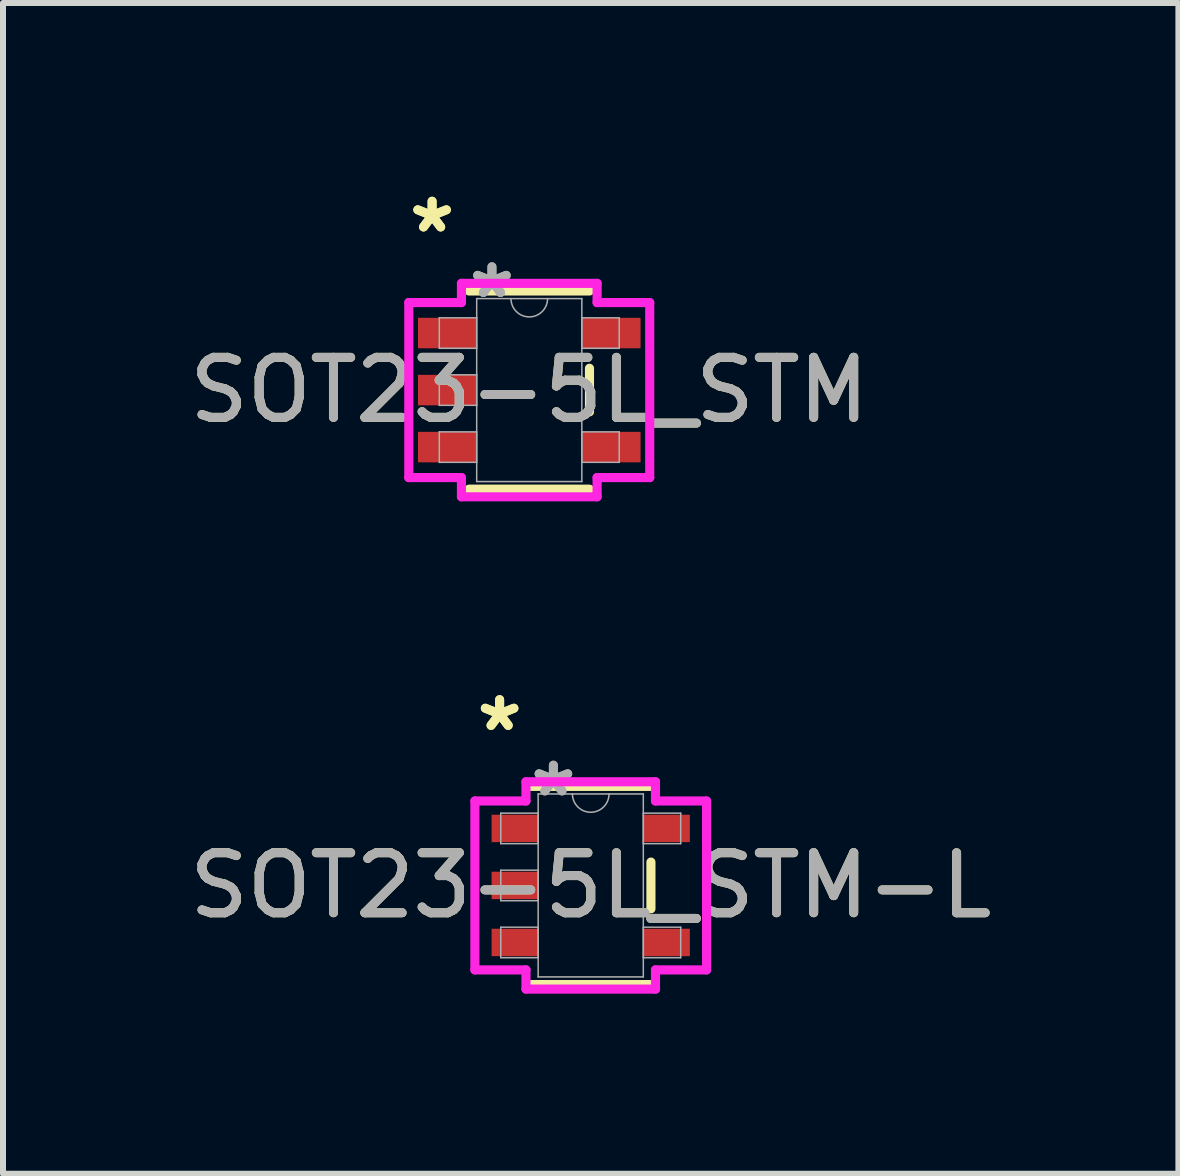
<source format=kicad_pcb>
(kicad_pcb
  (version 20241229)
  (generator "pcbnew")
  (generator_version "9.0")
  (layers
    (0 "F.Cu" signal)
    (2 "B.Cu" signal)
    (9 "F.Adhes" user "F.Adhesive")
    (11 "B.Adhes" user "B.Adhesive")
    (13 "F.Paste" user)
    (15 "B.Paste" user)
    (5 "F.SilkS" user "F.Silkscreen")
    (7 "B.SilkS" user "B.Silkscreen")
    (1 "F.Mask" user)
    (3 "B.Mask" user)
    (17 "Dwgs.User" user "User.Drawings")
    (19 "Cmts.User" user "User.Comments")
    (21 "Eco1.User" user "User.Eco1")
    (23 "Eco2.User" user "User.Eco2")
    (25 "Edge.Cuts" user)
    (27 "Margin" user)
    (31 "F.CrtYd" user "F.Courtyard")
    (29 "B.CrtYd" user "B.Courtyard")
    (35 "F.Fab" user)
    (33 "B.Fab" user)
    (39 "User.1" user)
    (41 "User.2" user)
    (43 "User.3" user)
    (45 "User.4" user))
  (footprint "SOT23-5L_STM-L"
    (layer "F.Cu")
    (at 6.792 11.702)
    (property "Reference" "SOT23-5L_STM-L" (at 0 0 0) (unlocked yes) (layer "F.SilkS") (effects (font (size 1 1) (thickness 0.15))))
    (attr smd)
    (fp_line (start -1.003 1.651) (end 1.003 1.651) (stroke (width 0.152) (type solid)) (layer "F.SilkS"))
    (fp_line (start 1.003 -1.651) (end -1.003 -1.651) (stroke (width 0.152) (type solid)) (layer "F.SilkS"))
    (fp_line (start 1.003 0.389) (end 1.003 -0.389) (stroke (width 0.152) (type solid)) (layer "F.SilkS"))
    (fp_line (start -1.93 -1.407) (end -1.079 -1.407) (stroke (width 0.152) (type solid)) (layer "F.CrtYd"))
    (fp_line (start -1.93 1.407) (end -1.93 -1.407) (stroke (width 0.152) (type solid)) (layer "F.CrtYd"))
    (fp_line (start -1.079 -1.727) (end 1.079 -1.727) (stroke (width 0.152) (type solid)) (layer "F.CrtYd"))
    (fp_line (start -1.079 -1.407) (end -1.079 -1.727) (stroke (width 0.152) (type solid)) (layer "F.CrtYd"))
    (fp_line (start -1.079 1.407) (end -1.93 1.407) (stroke (width 0.152) (type solid)) (layer "F.CrtYd"))
    (fp_line (start -1.079 1.727) (end -1.079 1.407) (stroke (width 0.152) (type solid)) (layer "F.CrtYd"))
    (fp_line (start 1.079 -1.727) (end 1.079 -1.407) (stroke (width 0.152) (type solid)) (layer "F.CrtYd"))
    (fp_line (start 1.079 -1.407) (end 1.93 -1.407) (stroke (width 0.152) (type solid)) (layer "F.CrtYd"))
    (fp_line (start 1.079 1.407) (end 1.079 1.727) (stroke (width 0.152) (type solid)) (layer "F.CrtYd"))
    (fp_line (start 1.079 1.727) (end -1.079 1.727) (stroke (width 0.152) (type solid)) (layer "F.CrtYd"))
    (fp_line (start 1.93 -1.407) (end 1.93 1.407) (stroke (width 0.152) (type solid)) (layer "F.CrtYd"))
    (fp_line (start 1.93 1.407) (end 1.079 1.407) (stroke (width 0.152) (type solid)) (layer "F.CrtYd"))
    (fp_line (start -1.499 -1.204) (end -1.499 -0.696) (stroke (width 0.025) (type solid)) (layer "F.Fab"))
    (fp_line (start -1.499 -0.696) (end -0.876 -0.696) (stroke (width 0.025) (type solid)) (layer "F.Fab"))
    (fp_line (start -1.499 -0.254) (end -1.499 0.254) (stroke (width 0.025) (type solid)) (layer "F.Fab"))
    (fp_line (start -1.499 0.254) (end -0.876 0.254) (stroke (width 0.025) (type solid)) (layer "F.Fab"))
    (fp_line (start -1.499 0.696) (end -1.499 1.204) (stroke (width 0.025) (type solid)) (layer "F.Fab"))
    (fp_line (start -1.499 1.204) (end -0.876 1.204) (stroke (width 0.025) (type solid)) (layer "F.Fab"))
    (fp_line (start -0.876 -1.524) (end -0.876 1.524) (stroke (width 0.025) (type solid)) (layer "F.Fab"))
    (fp_line (start -0.876 -1.204) (end -1.499 -1.204) (stroke (width 0.025) (type solid)) (layer "F.Fab"))
    (fp_line (start -0.876 -0.696) (end -0.876 -1.204) (stroke (width 0.025) (type solid)) (layer "F.Fab"))
    (fp_line (start -0.876 -0.254) (end -1.499 -0.254) (stroke (width 0.025) (type solid)) (layer "F.Fab"))
    (fp_line (start -0.876 0.254) (end -0.876 -0.254) (stroke (width 0.025) (type solid)) (layer "F.Fab"))
    (fp_line (start -0.876 0.696) (end -1.499 0.696) (stroke (width 0.025) (type solid)) (layer "F.Fab"))
    (fp_line (start -0.876 1.204) (end -0.876 0.696) (stroke (width 0.025) (type solid)) (layer "F.Fab"))
    (fp_line (start -0.876 1.524) (end 0.876 1.524) (stroke (width 0.025) (type solid)) (layer "F.Fab"))
    (fp_line (start 0.876 -1.524) (end -0.876 -1.524) (stroke (width 0.025) (type solid)) (layer "F.Fab"))
    (fp_line (start 0.876 -1.204) (end 0.876 -0.696) (stroke (width 0.025) (type solid)) (layer "F.Fab"))
    (fp_line (start 0.876 -0.696) (end 1.499 -0.696) (stroke (width 0.025) (type solid)) (layer "F.Fab"))
    (fp_line (start 0.876 0.696) (end 0.876 1.204) (stroke (width 0.025) (type solid)) (layer "F.Fab"))
    (fp_line (start 0.876 1.204) (end 1.499 1.204) (stroke (width 0.025) (type solid)) (layer "F.Fab"))
    (fp_line (start 0.876 1.524) (end 0.876 -1.524) (stroke (width 0.025) (type solid)) (layer "F.Fab"))
    (fp_line (start 1.499 -1.204) (end 0.876 -1.204) (stroke (width 0.025) (type solid)) (layer "F.Fab"))
    (fp_line (start 1.499 -0.696) (end 1.499 -1.204) (stroke (width 0.025) (type solid)) (layer "F.Fab"))
    (fp_line (start 1.499 0.696) (end 0.876 0.696) (stroke (width 0.025) (type solid)) (layer "F.Fab"))
    (fp_line (start 1.499 1.204) (end 1.499 0.696) (stroke (width 0.025) (type solid)) (layer "F.Fab"))
    (fp_arc (start 0.3048 -1.524) (mid 0 -1.2192) (end -0.3048 -1.524) (stroke (width 0.0254) (type solid)) (layer "F.Fab"))
    (fp_text user "*" (at -1.518 -2.55 0) (layer "F.SilkS") (effects (font (size 1 1) (thickness 0.15))))
    (fp_text user "*" (at -1.518 -2.55 0) (unlocked yes) (layer "F.SilkS") (effects (font (size 1 1) (thickness 0.15))))
    (fp_text user "*" (at -0.622 -1.458 0) (layer "F.Fab") (effects (font (size 1 1) (thickness 0.15))))
    (fp_text user "*" (at -0.622 -1.458 0) (unlocked yes) (layer "F.Fab") (effects (font (size 1 1) (thickness 0.15))))
    (fp_text user "${REFERENCE}" (at 0 0 0) (unlocked yes) (layer "F.Fab") (effects (font (size 1 1) (thickness 0.15))))
    (pad "1" smd rect (at -1.264 -0.95) (size 0.775 0.457) (layers "F.Cu" "F.Mask" "F.Paste"))
    (pad "2" smd rect (at -1.264 0) (size 0.775 0.457) (layers "F.Cu" "F.Mask" "F.Paste"))
    (pad "3" smd rect (at -1.264 0.95) (size 0.775 0.457) (layers "F.Cu" "F.Mask" "F.Paste"))
    (pad "4" smd rect (at 1.264 0.95) (size 0.775 0.457) (layers "F.Cu" "F.Mask" "F.Paste"))
    (pad "5" smd rect (at 1.264 -0.95) (size 0.775 0.457) (layers "F.Cu" "F.Mask" "F.Paste")))
  (footprint "SOT23-5L_STM"
    (layer "F.Cu")
    (at 5.768 3.449)
    (property "Reference" "SOT23-5L_STM" (at 0 0 0) (unlocked yes) (layer "F.SilkS") (effects (font (size 1 1) (thickness 0.15))))
    (attr smd)
    (fp_line (start -1.003 1.651) (end 1.003 1.651) (stroke (width 0.152) (type solid)) (layer "F.SilkS"))
    (fp_line (start 1.003 -1.651) (end -1.003 -1.651) (stroke (width 0.152) (type solid)) (layer "F.SilkS"))
    (fp_line (start 1.003 0.363) (end 1.003 -0.363) (stroke (width 0.152) (type solid)) (layer "F.SilkS"))
    (fp_line (start -2.007 -1.458) (end -1.13 -1.458) (stroke (width 0.152) (type solid)) (layer "F.CrtYd"))
    (fp_line (start -2.007 1.458) (end -2.007 -1.458) (stroke (width 0.152) (type solid)) (layer "F.CrtYd"))
    (fp_line (start -1.13 -1.778) (end 1.13 -1.778) (stroke (width 0.152) (type solid)) (layer "F.CrtYd"))
    (fp_line (start -1.13 -1.458) (end -1.13 -1.778) (stroke (width 0.152) (type solid)) (layer "F.CrtYd"))
    (fp_line (start -1.13 1.458) (end -2.007 1.458) (stroke (width 0.152) (type solid)) (layer "F.CrtYd"))
    (fp_line (start -1.13 1.778) (end -1.13 1.458) (stroke (width 0.152) (type solid)) (layer "F.CrtYd"))
    (fp_line (start 1.13 -1.778) (end 1.13 -1.458) (stroke (width 0.152) (type solid)) (layer "F.CrtYd"))
    (fp_line (start 1.13 -1.458) (end 2.007 -1.458) (stroke (width 0.152) (type solid)) (layer "F.CrtYd"))
    (fp_line (start 1.13 1.458) (end 1.13 1.778) (stroke (width 0.152) (type solid)) (layer "F.CrtYd"))
    (fp_line (start 1.13 1.778) (end -1.13 1.778) (stroke (width 0.152) (type solid)) (layer "F.CrtYd"))
    (fp_line (start 2.007 -1.458) (end 2.007 1.458) (stroke (width 0.152) (type solid)) (layer "F.CrtYd"))
    (fp_line (start 2.007 1.458) (end 1.13 1.458) (stroke (width 0.152) (type solid)) (layer "F.CrtYd"))
    (fp_line (start -1.499 -1.204) (end -1.499 -0.696) (stroke (width 0.025) (type solid)) (layer "F.Fab"))
    (fp_line (start -1.499 -0.696) (end -0.876 -0.696) (stroke (width 0.025) (type solid)) (layer "F.Fab"))
    (fp_line (start -1.499 -0.254) (end -1.499 0.254) (stroke (width 0.025) (type solid)) (layer "F.Fab"))
    (fp_line (start -1.499 0.254) (end -0.876 0.254) (stroke (width 0.025) (type solid)) (layer "F.Fab"))
    (fp_line (start -1.499 0.696) (end -1.499 1.204) (stroke (width 0.025) (type solid)) (layer "F.Fab"))
    (fp_line (start -1.499 1.204) (end -0.876 1.204) (stroke (width 0.025) (type solid)) (layer "F.Fab"))
    (fp_line (start -0.876 -1.524) (end -0.876 1.524) (stroke (width 0.025) (type solid)) (layer "F.Fab"))
    (fp_line (start -0.876 -1.204) (end -1.499 -1.204) (stroke (width 0.025) (type solid)) (layer "F.Fab"))
    (fp_line (start -0.876 -0.696) (end -0.876 -1.204) (stroke (width 0.025) (type solid)) (layer "F.Fab"))
    (fp_line (start -0.876 -0.254) (end -1.499 -0.254) (stroke (width 0.025) (type solid)) (layer "F.Fab"))
    (fp_line (start -0.876 0.254) (end -0.876 -0.254) (stroke (width 0.025) (type solid)) (layer "F.Fab"))
    (fp_line (start -0.876 0.696) (end -1.499 0.696) (stroke (width 0.025) (type solid)) (layer "F.Fab"))
    (fp_line (start -0.876 1.204) (end -0.876 0.696) (stroke (width 0.025) (type solid)) (layer "F.Fab"))
    (fp_line (start -0.876 1.524) (end 0.876 1.524) (stroke (width 0.025) (type solid)) (layer "F.Fab"))
    (fp_line (start 0.876 -1.524) (end -0.876 -1.524) (stroke (width 0.025) (type solid)) (layer "F.Fab"))
    (fp_line (start 0.876 -1.204) (end 0.876 -0.696) (stroke (width 0.025) (type solid)) (layer "F.Fab"))
    (fp_line (start 0.876 -0.696) (end 1.499 -0.696) (stroke (width 0.025) (type solid)) (layer "F.Fab"))
    (fp_line (start 0.876 0.696) (end 0.876 1.204) (stroke (width 0.025) (type solid)) (layer "F.Fab"))
    (fp_line (start 0.876 1.204) (end 1.499 1.204) (stroke (width 0.025) (type solid)) (layer "F.Fab"))
    (fp_line (start 0.876 1.524) (end 0.876 -1.524) (stroke (width 0.025) (type solid)) (layer "F.Fab"))
    (fp_line (start 1.499 -1.204) (end 0.876 -1.204) (stroke (width 0.025) (type solid)) (layer "F.Fab"))
    (fp_line (start 1.499 -0.696) (end 1.499 -1.204) (stroke (width 0.025) (type solid)) (layer "F.Fab"))
    (fp_line (start 1.499 0.696) (end 0.876 0.696) (stroke (width 0.025) (type solid)) (layer "F.Fab"))
    (fp_line (start 1.499 1.204) (end 1.499 0.696) (stroke (width 0.025) (type solid)) (layer "F.Fab"))
    (fp_arc (start 0.3048 -1.524) (mid 0 -1.2192) (end -0.3048 -1.524) (stroke (width 0.0254) (type solid)) (layer "F.Fab"))
    (fp_text user "*" (at -1.619 -2.601 0) (layer "F.SilkS") (effects (font (size 1 1) (thickness 0.15))))
    (fp_text user "*" (at -1.619 -2.601 0) (unlocked yes) (layer "F.SilkS") (effects (font (size 1 1) (thickness 0.15))))
    (fp_text user "${REFERENCE}" (at 0 0 0) (unlocked yes) (layer "F.Fab") (effects (font (size 1 1) (thickness 0.15))))
    (fp_text user "*" (at -0.622 -1.509 0) (layer "F.Fab") (effects (font (size 1 1) (thickness 0.15))))
    (fp_text user "*" (at -0.622 -1.509 0) (unlocked yes) (layer "F.Fab") (effects (font (size 1 1) (thickness 0.15))))
    (pad "1" smd rect (at -1.365 -0.95) (size 0.978 0.508) (layers "F.Cu" "F.Mask" "F.Paste"))
    (pad "2" smd rect (at -1.365 0) (size 0.978 0.508) (layers "F.Cu" "F.Mask" "F.Paste"))
    (pad "3" smd rect (at -1.365 0.95) (size 0.978 0.508) (layers "F.Cu" "F.Mask" "F.Paste"))
    (pad "4" smd rect (at 1.365 0.95) (size 0.978 0.508) (layers "F.Cu" "F.Mask" "F.Paste"))
    (pad "5" smd rect (at 1.365 -0.95) (size 0.978 0.508) (layers "F.Cu" "F.Mask" "F.Paste")))
  (gr_rect
    (start -3 -3)
    (end 16.583 16.505)
    (stroke (width 0.1) (type default))
    (fill no)
    (layer "Edge.Cuts")))
</source>
